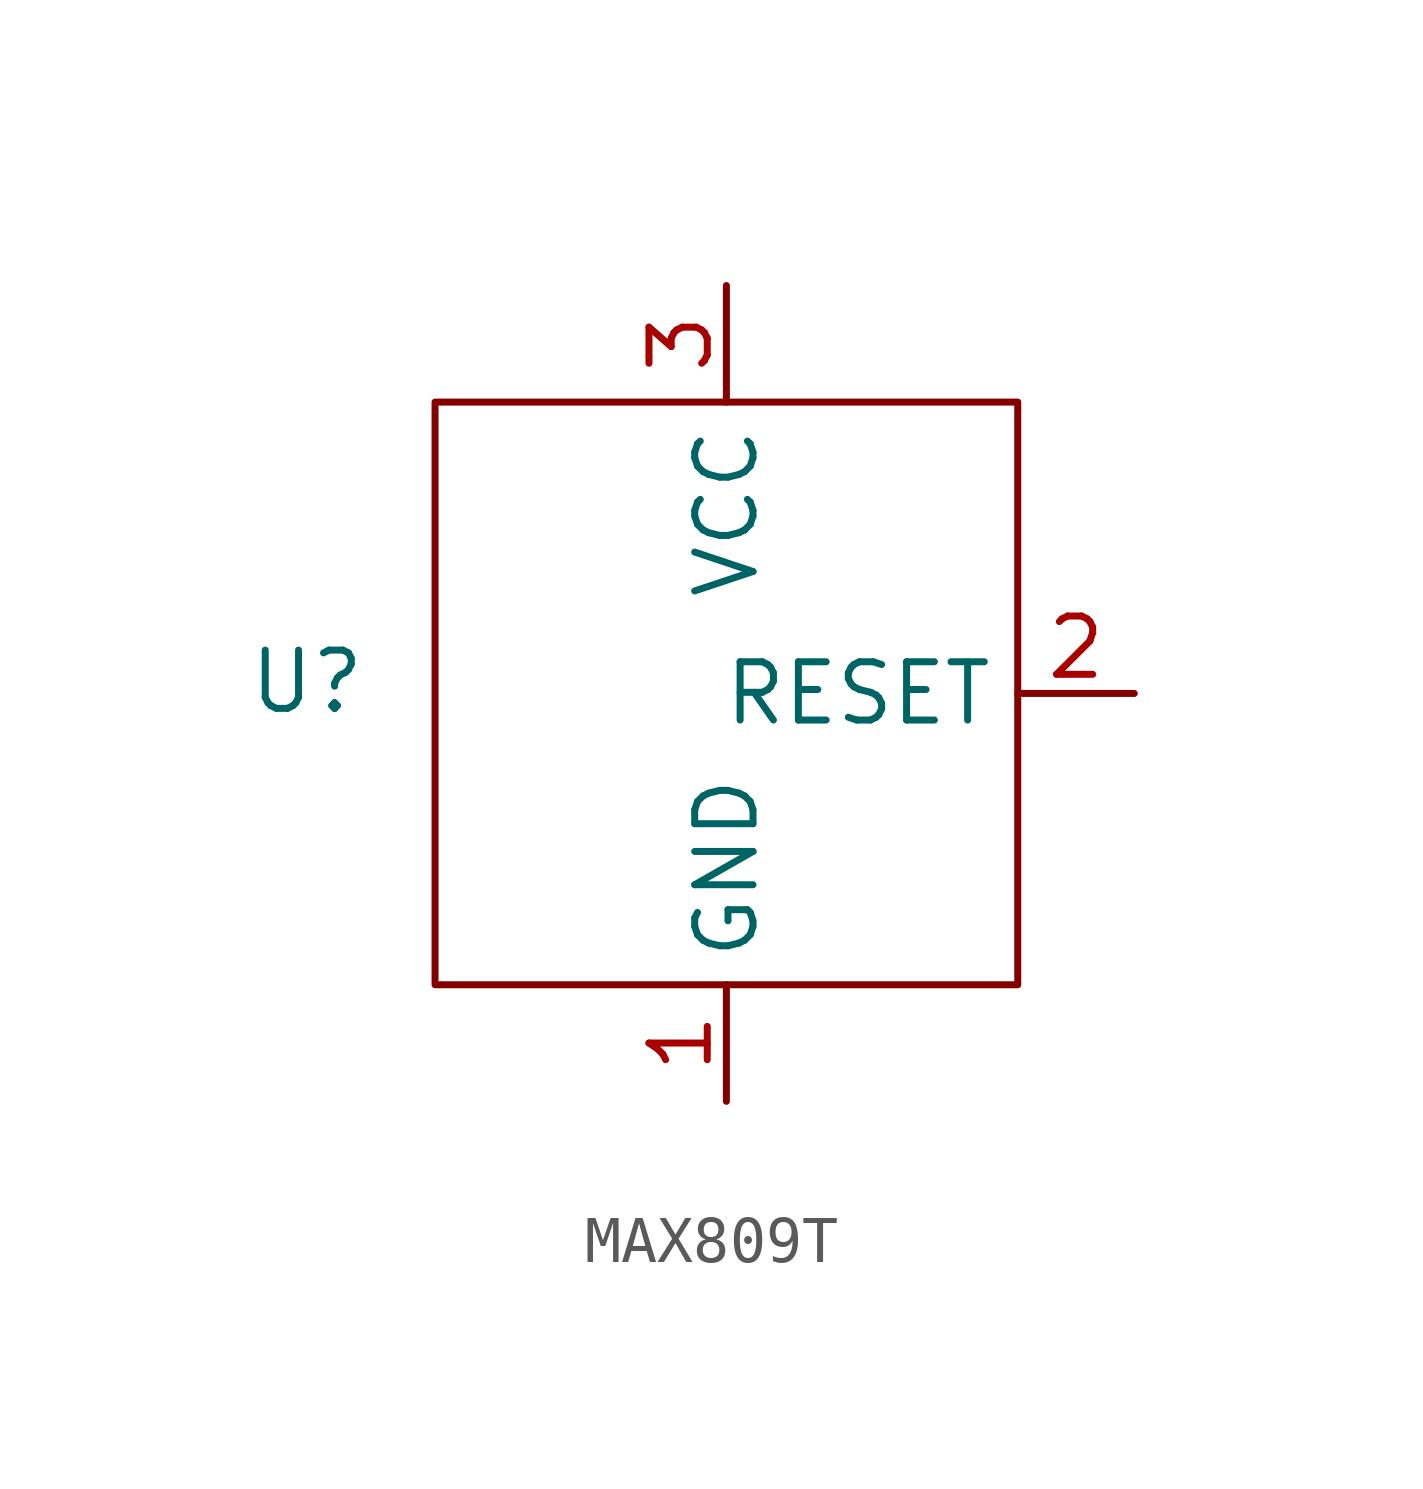
<source format=kicad_sym>
(kicad_symbol_lib
  (version 20231120)
  (generator "kicad_symbol_editor")
  (generator_version "8.0")
  (symbol "MAX809T"
    (property "Reference" "U"
      (at -9.144 0.254 0)
      (effects (font (size 1.27 1.27))))
    (property "Value" ""
      (at 1.27 7.62 0)
      (effects (font (size 1.27 1.27))))
    (symbol "MAX809T_0_1"
      (rectangle (start -6.35 6.35) (end 6.35 -6.35) (stroke (width 0) (type default)) (fill (type none))))
    (symbol "MAX809T_1_1"
      (pin power_out line (at 0 -8.89 90) (length 2.54) (name "GND" (effects (font (size 1.27 1.27)))) (number "1" (effects (font (size 1.27 1.27)))))
      (pin output line (at 8.89 0 180) (length 2.54) (name "RESET" (effects (font (size 1.27 1.27)))) (number "2" (effects (font (size 1.27 1.27)))))
      (pin power_in line (at 0 8.89 270) (length 2.54) (name "VCC" (effects (font (size 1.27 1.27)))) (number "3" (effects (font (size 1.27 1.27))))))))
</source>
